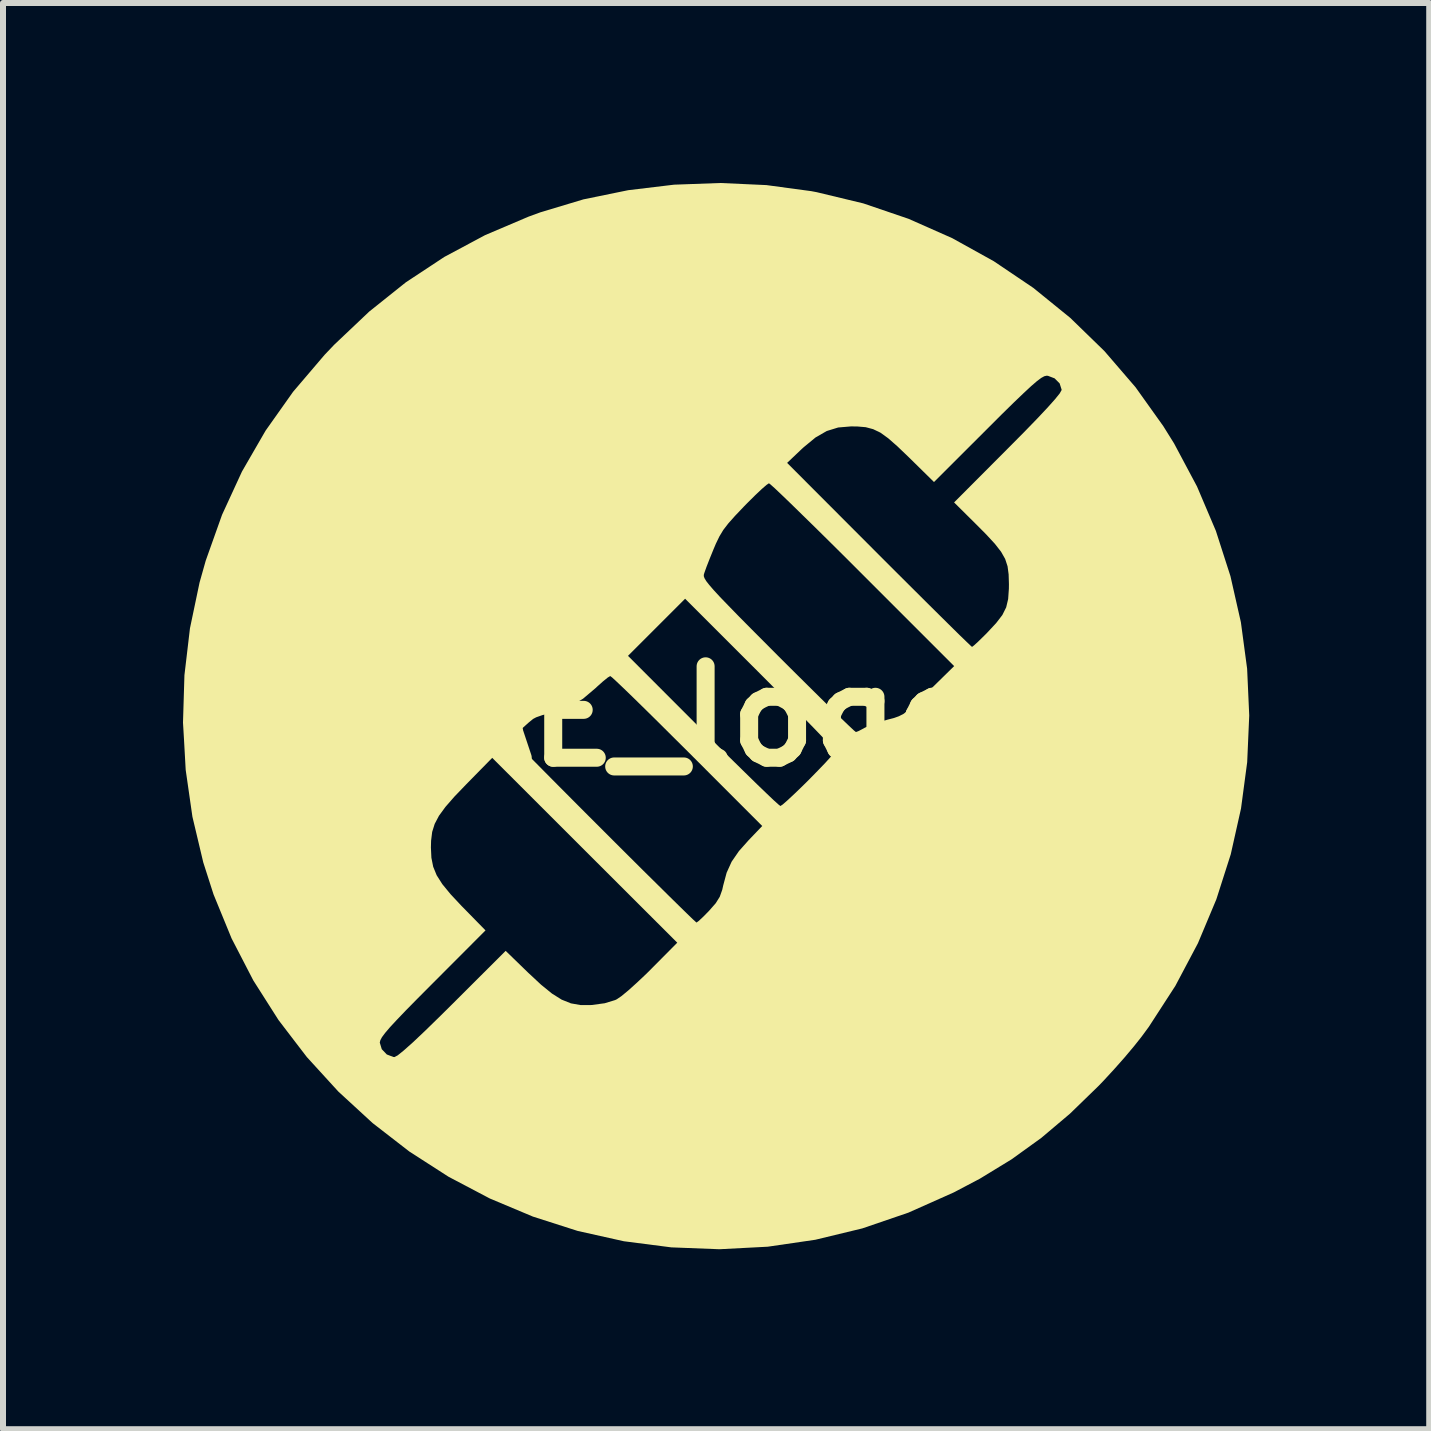
<source format=kicad_pcb>
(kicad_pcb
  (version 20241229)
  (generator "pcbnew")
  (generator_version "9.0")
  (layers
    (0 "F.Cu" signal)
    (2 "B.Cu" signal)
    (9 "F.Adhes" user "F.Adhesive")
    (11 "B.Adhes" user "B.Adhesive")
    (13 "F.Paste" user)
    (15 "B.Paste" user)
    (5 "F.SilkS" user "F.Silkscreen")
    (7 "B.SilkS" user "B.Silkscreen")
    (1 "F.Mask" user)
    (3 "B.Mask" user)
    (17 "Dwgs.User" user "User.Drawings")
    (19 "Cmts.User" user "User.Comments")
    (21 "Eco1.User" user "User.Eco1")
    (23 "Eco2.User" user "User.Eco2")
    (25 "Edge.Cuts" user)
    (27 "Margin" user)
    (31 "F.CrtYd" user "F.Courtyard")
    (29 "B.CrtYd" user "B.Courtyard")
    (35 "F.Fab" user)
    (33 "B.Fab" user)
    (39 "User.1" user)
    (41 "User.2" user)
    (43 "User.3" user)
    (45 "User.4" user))
  (footprint "AE_logo"
    (layer "F.Cu")
    (at 8.892 8.89)
    (property "Reference" "AE_logo" (at 0 0 0) (layer "F.SilkS") (effects (font (size 1.524 1.524) (thickness 0.3))))
    (attr board_only exclude_from_pos_files exclude_from_bom)
    (fp_poly (pts (xy 0.832 -8.855) (xy 1.58 -8.754) (xy 1.67 -8.737) (xy 2.447 -8.55) (xy 3.201 -8.293) (xy 3.928 -7.971) (xy 4.622 -7.586) (xy 5.28 -7.142) (xy 5.896 -6.642) (xy 6.465 -6.089) (xy 6.984 -5.486) (xy 7.447 -4.837) (xy 7.626 -4.55) (xy 8.009 -3.831) (xy 8.323 -3.092) (xy 8.566 -2.337) (xy 8.74 -1.569) (xy 8.844 -0.794) (xy 8.879 -0.015) (xy 8.845 0.763) (xy 8.742 1.536) (xy 8.571 2.299) (xy 8.331 3.049) (xy 8.024 3.781) (xy 7.648 4.491) (xy 7.205 5.175) (xy 7.083 5.341) (xy 6.96 5.496) (xy 6.802 5.684) (xy 6.624 5.885) (xy 6.445 6.079) (xy 6.37 6.157) (xy 5.892 6.621) (xy 5.414 7.025) (xy 4.919 7.382) (xy 4.39 7.705) (xy 3.955 7.934) (xy 3.199 8.271) (xy 2.43 8.534) (xy 1.648 8.723) (xy 0.854 8.839) (xy 0.049 8.881) (xy -0.753 8.85) (xy -1.544 8.748) (xy -2.314 8.576) (xy -3.06 8.337) (xy -3.779 8.035) (xy -4.466 7.673) (xy -5.119 7.253) (xy -5.732 6.778) (xy -6.303 6.253) (xy -6.827 5.679) (xy -7.012 5.438) (xy -5.612 5.438) (xy -5.579 5.547) (xy -5.495 5.635) (xy -5.385 5.677) (xy -5.367 5.678) (xy -5.314 5.65) (xy -5.211 5.567) (xy -5.057 5.43) (xy -4.853 5.237) (xy -4.599 4.989) (xy -4.401 4.793) (xy -3.514 3.908) (xy -3.139 4.272) (xy -2.924 4.472) (xy -2.742 4.62) (xy -2.581 4.721) (xy -2.427 4.783) (xy -2.269 4.811) (xy -2.094 4.811) (xy -2.078 4.81) (xy -1.862 4.781) (xy -1.689 4.728) (xy -1.662 4.715) (xy -1.584 4.662) (xy -1.468 4.566) (xy -1.326 4.438) (xy -1.17 4.291) (xy -1.084 4.205) (xy -0.654 3.772) (xy -2.196 2.232) (xy -3.738 0.691) (xy -4.167 1.128) (xy -4.368 1.337) (xy -4.518 1.509) (xy -4.626 1.657) (xy -4.697 1.792) (xy -4.739 1.926) (xy -4.757 2.072) (xy -4.76 2.185) (xy -4.752 2.356) (xy -4.722 2.506) (xy -4.664 2.648) (xy -4.57 2.796) (xy -4.433 2.963) (xy -4.246 3.163) (xy -4.224 3.185) (xy -3.85 3.567) (xy -4.731 4.45) (xy -4.977 4.697) (xy -5.175 4.898) (xy -5.328 5.058) (xy -5.443 5.182) (xy -5.524 5.277) (xy -5.576 5.347) (xy -5.603 5.398) (xy -5.612 5.436) (xy -5.612 5.438) (xy -7.012 5.438) (xy -7.3 5.061) (xy -7.72 4.401) (xy -8.082 3.701) (xy -8.383 2.967) (xy -8.554 2.434) (xy -8.735 1.672) (xy -8.847 0.892) (xy -8.876 0.373) (xy -3.399 0.373) (xy -3.374 0.403) (xy -3.301 0.479) (xy -3.186 0.597) (xy -3.035 0.751) (xy -2.854 0.934) (xy -2.649 1.141) (xy -2.424 1.367) (xy -2.187 1.605) (xy -1.942 1.85) (xy -1.695 2.097) (xy -1.452 2.339) (xy -1.219 2.571) (xy -1.001 2.786) (xy -0.804 2.981) (xy -0.634 3.148) (xy -0.497 3.282) (xy -0.398 3.378) (xy -0.342 3.429) (xy -0.333 3.436) (xy -0.298 3.411) (xy -0.227 3.345) (xy -0.134 3.251) (xy -0.121 3.237) (xy -0.013 3.114) (xy 0.054 3.007) (xy 0.096 2.889) (xy 0.112 2.817) (xy 0.169 2.605) (xy 0.252 2.422) (xy 0.374 2.245) (xy 0.536 2.063) (xy 0.762 1.827) (xy -0.487 0.577) (xy -0.74 0.326) (xy -0.976 0.091) (xy -1.192 -0.122) (xy -1.381 -0.307) (xy -1.539 -0.46) (xy -1.66 -0.575) (xy -1.739 -0.648) (xy -1.771 -0.672) (xy -1.812 -0.648) (xy -1.891 -0.584) (xy -1.993 -0.493) (xy -2.015 -0.472) (xy -2.224 -0.295) (xy -2.431 -0.171) (xy -2.663 -0.085) (xy -2.765 -0.059) (xy -2.896 -0.023) (xy -3.005 0.015) (xy -3.056 0.042) (xy -3.132 0.104) (xy -3.222 0.185) (xy -3.308 0.268) (xy -3.373 0.336) (xy -3.399 0.372) (xy -3.399 0.373) (xy -8.876 0.373) (xy -8.892 0.103) (xy -8.868 -0.687) (xy -8.83 -1.009) (xy -1.475 -1.009) (xy -0.224 0.243) (xy 0.028 0.495) (xy 0.266 0.73) (xy 0.482 0.942) (xy 0.672 1.128) (xy 0.831 1.281) (xy 0.953 1.397) (xy 1.033 1.469) (xy 1.065 1.494) (xy 1.103 1.469) (xy 1.183 1.399) (xy 1.297 1.293) (xy 1.434 1.161) (xy 1.541 1.055) (xy 1.687 0.906) (xy 1.813 0.775) (xy 1.909 0.669) (xy 1.967 0.6) (xy 1.98 0.578) (xy 1.954 0.545) (xy 1.881 0.465) (xy 1.764 0.342) (xy 1.611 0.183) (xy 1.425 -0.007) (xy 1.211 -0.224) (xy 0.976 -0.461) (xy 0.728 -0.71) (xy -0.523 -1.961) (xy -1.475 -1.009) (xy -8.83 -1.009) (xy -8.776 -1.468) (xy -8.616 -2.231) (xy -8.586 -2.337) (xy -0.212 -2.337) (xy -0.2 -2.303) (xy -0.172 -2.256) (xy -0.122 -2.192) (xy -0.047 -2.105) (xy 0.057 -1.992) (xy 0.196 -1.848) (xy 0.372 -1.667) (xy 0.591 -1.446) (xy 0.856 -1.18) (xy 1.031 -1.004) (xy 1.285 -0.751) (xy 1.523 -0.515) (xy 1.739 -0.301) (xy 1.93 -0.113) (xy 2.088 0.042) (xy 2.21 0.159) (xy 2.29 0.234) (xy 2.323 0.261) (xy 2.323 0.261) (xy 2.369 0.244) (xy 2.451 0.201) (xy 2.472 0.189) (xy 2.573 0.143) (xy 2.715 0.093) (xy 2.857 0.053) (xy 2.958 0.027) (xy 3.039 -0.002) (xy 3.114 -0.04) (xy 3.194 -0.099) (xy 3.294 -0.187) (xy 3.424 -0.311) (xy 3.54 -0.425) (xy 3.961 -0.838) (xy 2.438 -2.361) (xy 2.159 -2.64) (xy 1.895 -2.902) (xy 1.651 -3.143) (xy 1.431 -3.358) (xy 1.242 -3.543) (xy 1.086 -3.693) (xy 0.97 -3.803) (xy 0.897 -3.868) (xy 0.874 -3.885) (xy 0.835 -3.859) (xy 0.754 -3.789) (xy 0.643 -3.684) (xy 0.512 -3.554) (xy 0.461 -3.502) (xy 0.308 -3.341) (xy 0.196 -3.215) (xy 0.113 -3.107) (xy 0.049 -3.001) (xy -0.01 -2.879) (xy -0.049 -2.787) (xy -0.112 -2.632) (xy -0.166 -2.494) (xy -0.202 -2.393) (xy -0.211 -2.363) (xy -0.212 -2.337) (xy -8.586 -2.337) (xy -8.513 -2.596) (xy -8.241 -3.36) (xy -7.909 -4.081) (xy -7.826 -4.225) (xy 1.177 -4.225) (xy 2.708 -2.691) (xy 2.987 -2.412) (xy 3.251 -2.149) (xy 3.494 -1.907) (xy 3.712 -1.691) (xy 3.9 -1.505) (xy 4.053 -1.354) (xy 4.168 -1.243) (xy 4.238 -1.176) (xy 4.259 -1.158) (xy 4.292 -1.183) (xy 4.364 -1.249) (xy 4.462 -1.345) (xy 4.508 -1.391) (xy 4.66 -1.554) (xy 4.764 -1.689) (xy 4.828 -1.817) (xy 4.861 -1.956) (xy 4.873 -2.127) (xy 4.874 -2.204) (xy 4.869 -2.367) (xy 4.851 -2.502) (xy 4.811 -2.624) (xy 4.743 -2.744) (xy 4.639 -2.877) (xy 4.493 -3.035) (xy 4.336 -3.193) (xy 3.96 -3.566) (xy 4.856 -4.465) (xy 5.129 -4.74) (xy 5.35 -4.968) (xy 5.52 -5.149) (xy 5.642 -5.286) (xy 5.719 -5.381) (xy 5.751 -5.437) (xy 5.752 -5.446) (xy 5.719 -5.55) (xy 5.635 -5.634) (xy 5.525 -5.676) (xy 5.501 -5.678) (xy 5.463 -5.669) (xy 5.412 -5.641) (xy 5.34 -5.587) (xy 5.244 -5.504) (xy 5.117 -5.386) (xy 4.953 -5.229) (xy 4.748 -5.028) (xy 4.512 -4.792) (xy 3.625 -3.906) (xy 3.204 -4.32) (xy 3.014 -4.502) (xy 2.861 -4.636) (xy 2.732 -4.729) (xy 2.611 -4.787) (xy 2.487 -4.82) (xy 2.346 -4.832) (xy 2.241 -4.833) (xy 2.028 -4.815) (xy 1.837 -4.756) (xy 1.651 -4.649) (xy 1.452 -4.485) (xy 1.416 -4.452) (xy 1.177 -4.225) (xy -7.826 -4.225) (xy -7.515 -4.763) (xy -7.057 -5.41) (xy -6.531 -6.027) (xy -6.371 -6.195) (xy -5.786 -6.749) (xy -5.177 -7.235) (xy -4.536 -7.658) (xy -3.857 -8.021) (xy -3.133 -8.329) (xy -2.933 -8.402) (xy -2.218 -8.617) (xy -1.472 -8.77) (xy -0.707 -8.862) (xy 0.065 -8.89)) (stroke (width 0) (type solid)) (fill yes) (layer "F.SilkS")))
  (gr_rect
    (start -3 -3)
    (end 20.771 20.771)
    (stroke (width 0.1) (type default))
    (fill no)
    (layer "Edge.Cuts")))
</source>
